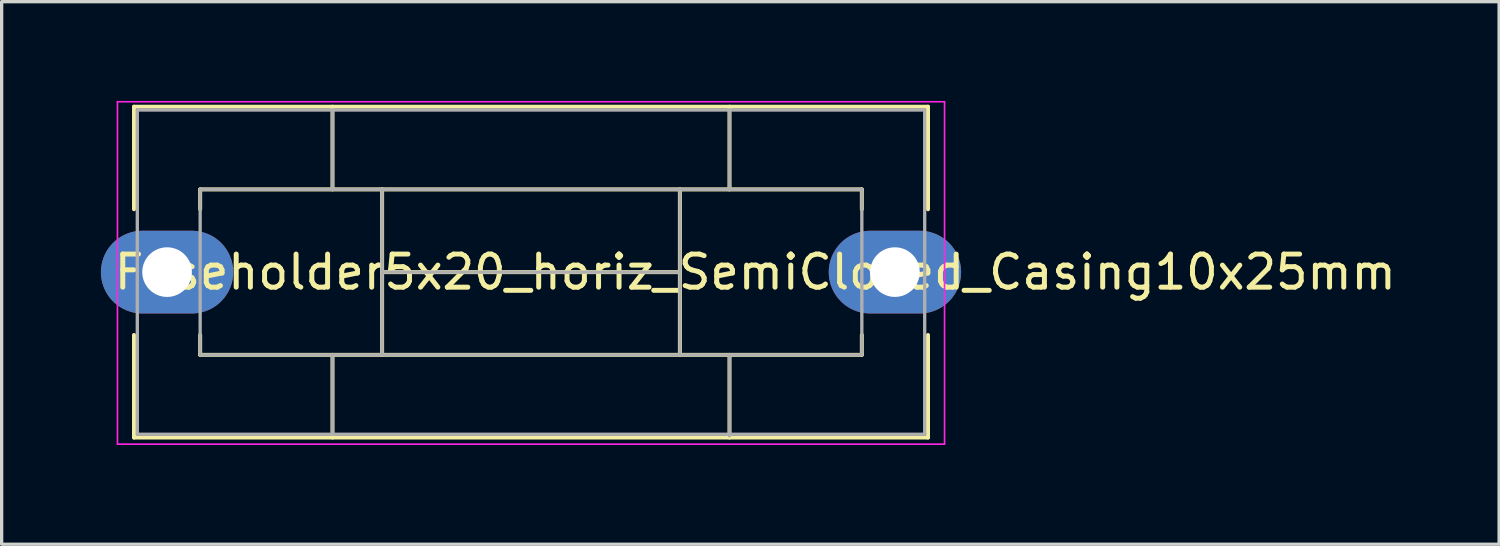
<source format=kicad_pcb>
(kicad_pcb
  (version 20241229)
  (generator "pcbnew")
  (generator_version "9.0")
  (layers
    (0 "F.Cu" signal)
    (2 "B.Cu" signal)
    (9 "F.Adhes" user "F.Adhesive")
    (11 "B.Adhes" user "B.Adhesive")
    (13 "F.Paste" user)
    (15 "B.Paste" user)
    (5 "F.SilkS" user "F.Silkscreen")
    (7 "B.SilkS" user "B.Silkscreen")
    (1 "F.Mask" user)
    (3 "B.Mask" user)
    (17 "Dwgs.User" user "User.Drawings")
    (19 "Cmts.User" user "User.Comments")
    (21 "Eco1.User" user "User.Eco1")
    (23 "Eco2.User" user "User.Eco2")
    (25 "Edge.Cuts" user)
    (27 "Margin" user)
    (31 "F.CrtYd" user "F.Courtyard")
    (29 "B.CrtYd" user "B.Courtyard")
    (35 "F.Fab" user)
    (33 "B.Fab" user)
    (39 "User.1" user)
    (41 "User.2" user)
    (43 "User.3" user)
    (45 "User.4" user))
  (footprint "Fuseholder5x20_horiz_SemiClosed_Casing10x25mm"
    (layer "F.Cu")
    (at 2 5.175)
    (property "Reference" "Fuseholder5x20_horiz_SemiClosed_Casing10x25mm" (at 17.78 0 0) (layer "F.SilkS") (effects (font (size 1 1) (thickness 0.15))))
    (attr through_hole)
    (fp_line (start -1 -5) (end -1 -1.9) (stroke (width 0.12) (type solid)) (layer "F.SilkS"))
    (fp_line (start -1 1.9) (end -1 5) (stroke (width 0.12) (type solid)) (layer "F.SilkS"))
    (fp_line (start -1 5) (end 23 5) (stroke (width 0.12) (type solid)) (layer "F.SilkS"))
    (fp_line (start 1 -2.5) (end 1 -1.9) (stroke (width 0.12) (type solid)) (layer "F.SilkS"))
    (fp_line (start 1 1.9) (end 1 2.5) (stroke (width 0.12) (type solid)) (layer "F.SilkS"))
    (fp_line (start 1 2.5) (end 21 2.5) (stroke (width 0.12) (type solid)) (layer "F.SilkS"))
    (fp_line (start 5 -2.5) (end 5 -5) (stroke (width 0.12) (type solid)) (layer "F.SilkS"))
    (fp_line (start 5 5) (end 5 2.5) (stroke (width 0.12) (type solid)) (layer "F.SilkS"))
    (fp_line (start 6.5 -2.5) (end 6.5 2.5) (stroke (width 0.12) (type solid)) (layer "F.SilkS"))
    (fp_line (start 6.5 0) (end 15.5 0) (stroke (width 0.12) (type solid)) (layer "F.SilkS"))
    (fp_line (start 15.5 -2.5) (end 15.5 2.5) (stroke (width 0.12) (type solid)) (layer "F.SilkS"))
    (fp_line (start 17 -5) (end 17 -2.5) (stroke (width 0.12) (type solid)) (layer "F.SilkS"))
    (fp_line (start 17 5) (end 17 2.5) (stroke (width 0.12) (type solid)) (layer "F.SilkS"))
    (fp_line (start 21 -2.5) (end 1 -2.5) (stroke (width 0.12) (type solid)) (layer "F.SilkS"))
    (fp_line (start 21 -1.9) (end 21 -2.5) (stroke (width 0.12) (type solid)) (layer "F.SilkS"))
    (fp_line (start 21 2.5) (end 21 1.9) (stroke (width 0.12) (type solid)) (layer "F.SilkS"))
    (fp_line (start 23 -5) (end -1 -5) (stroke (width 0.12) (type solid)) (layer "F.SilkS"))
    (fp_line (start 23 -1.9) (end 23 -5) (stroke (width 0.12) (type solid)) (layer "F.SilkS"))
    (fp_line (start 23 5) (end 23 1.9) (stroke (width 0.12) (type solid)) (layer "F.SilkS"))
    (fp_line (start -1.5 -5.15) (end -1.5 5.2) (stroke (width 0.05) (type solid)) (layer "F.CrtYd"))
    (fp_line (start -1.5 -5.15) (end 23.5 -5.15) (stroke (width 0.05) (type solid)) (layer "F.CrtYd"))
    (fp_line (start 23.5 5.2) (end -1.5 5.2) (stroke (width 0.05) (type solid)) (layer "F.CrtYd"))
    (fp_line (start 23.5 5.2) (end 23.5 -5.15) (stroke (width 0.05) (type solid)) (layer "F.CrtYd"))
    (fp_line (start -0.9 -4.9) (end -0.9 4.9) (stroke (width 0.1) (type solid)) (layer "F.Fab"))
    (fp_line (start -0.9 4.9) (end 22.9 4.9) (stroke (width 0.1) (type solid)) (layer "F.Fab"))
    (fp_line (start 1 -2.5) (end 1 2.5) (stroke (width 0.1) (type solid)) (layer "F.Fab"))
    (fp_line (start 1 2.5) (end 21 2.5) (stroke (width 0.1) (type solid)) (layer "F.Fab"))
    (fp_line (start 5 -4.9) (end 5 -2.5) (stroke (width 0.1) (type solid)) (layer "F.Fab"))
    (fp_line (start 5 2.5) (end 5 4.9) (stroke (width 0.1) (type solid)) (layer "F.Fab"))
    (fp_line (start 6.5 -2.5) (end 6.5 2.5) (stroke (width 0.1) (type solid)) (layer "F.Fab"))
    (fp_line (start 6.5 0) (end 15.5 0) (stroke (width 0.1) (type solid)) (layer "F.Fab"))
    (fp_line (start 15.5 -2.5) (end 15.5 2.5) (stroke (width 0.1) (type solid)) (layer "F.Fab"))
    (fp_line (start 17 -2.5) (end 17 -4.9) (stroke (width 0.1) (type solid)) (layer "F.Fab"))
    (fp_line (start 17 2.5) (end 17 4.95) (stroke (width 0.1) (type solid)) (layer "F.Fab"))
    (fp_line (start 21 -2.5) (end 1 -2.5) (stroke (width 0.1) (type solid)) (layer "F.Fab"))
    (fp_line (start 21 2.5) (end 21 -2.5) (stroke (width 0.1) (type solid)) (layer "F.Fab"))
    (fp_line (start 22.9 -4.9) (end -0.9 -4.9) (stroke (width 0.1) (type solid)) (layer "F.Fab"))
    (fp_line (start 22.9 4.9) (end 22.9 -4.9) (stroke (width 0.1) (type solid)) (layer "F.Fab"))
    (pad "1" thru_hole oval (at 0 0 270) (size 2.5 4) (drill 1.5) (layers "*.Cu" "*.Mask"))
    (pad "2" thru_hole oval (at 22 0 270) (size 2.5 4) (drill 1.5) (layers "*.Cu" "*.Mask")))
  (gr_rect
    (start -3 -3)
    (end 42.262 13.4)
    (stroke (width 0.1) (type default))
    (fill no)
    (layer "Edge.Cuts")))
</source>
